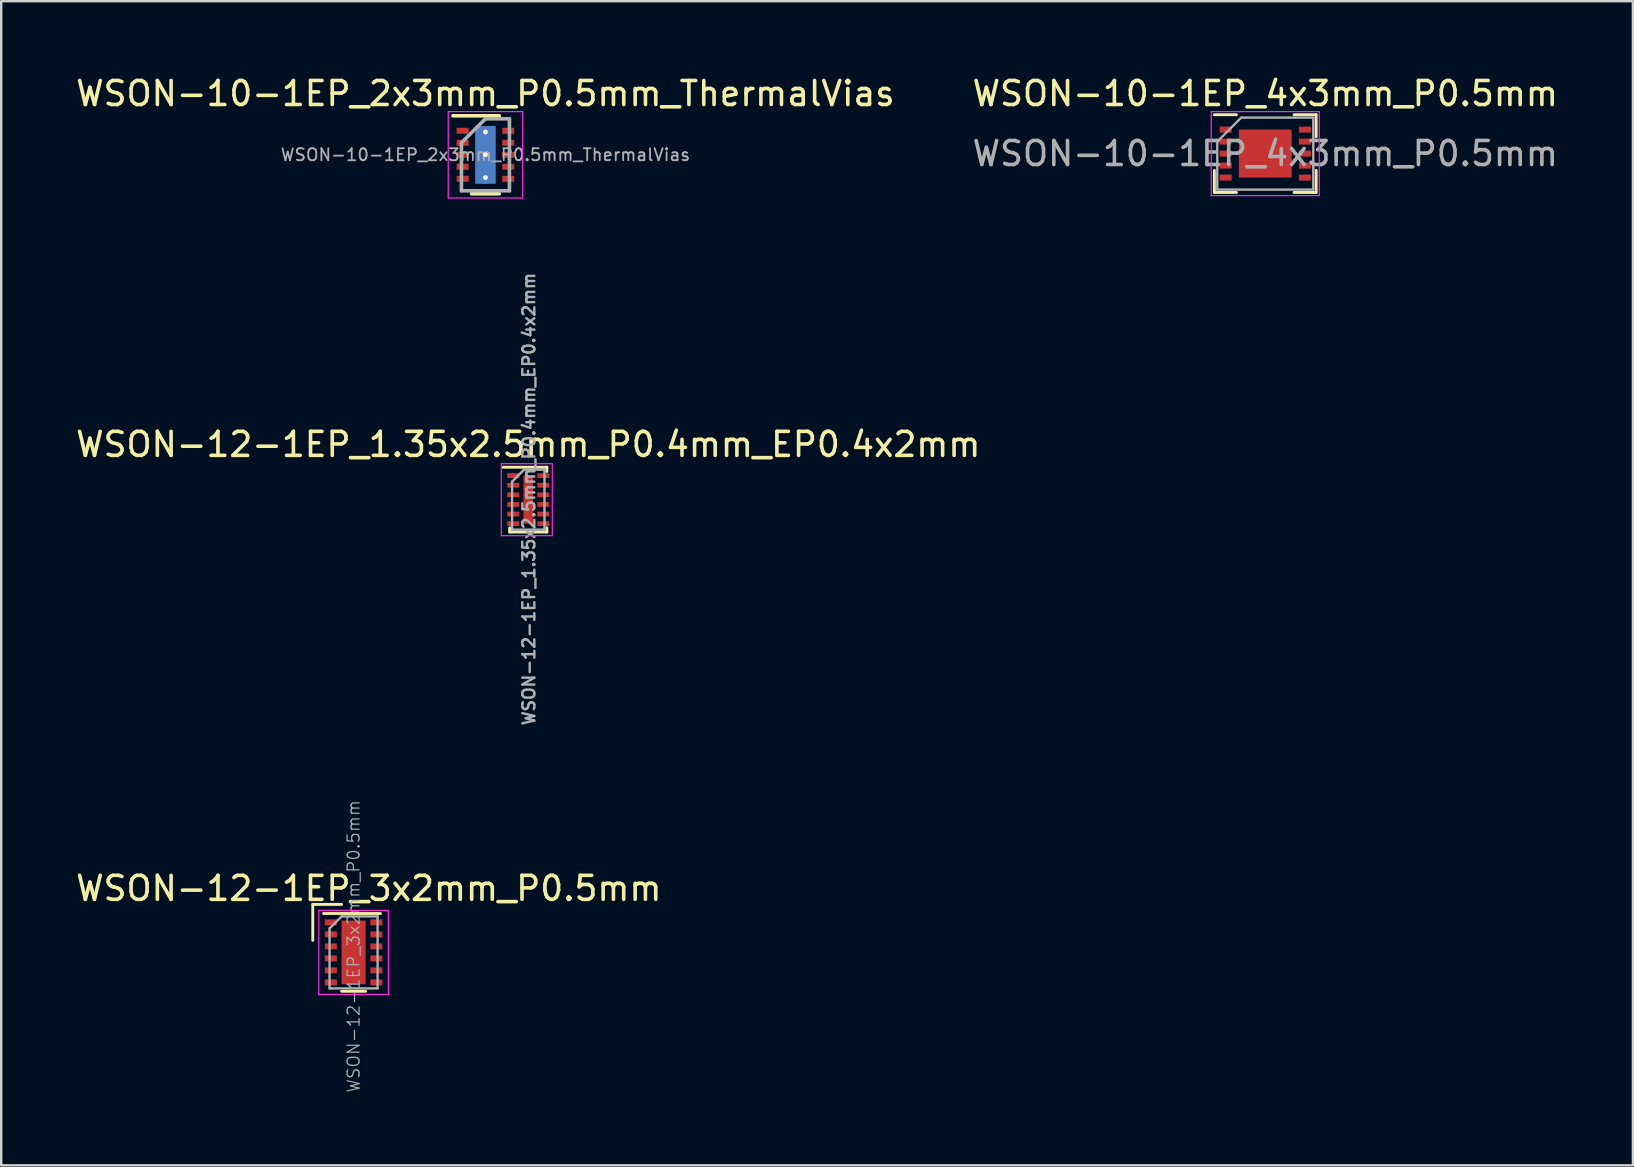
<source format=kicad_pcb>
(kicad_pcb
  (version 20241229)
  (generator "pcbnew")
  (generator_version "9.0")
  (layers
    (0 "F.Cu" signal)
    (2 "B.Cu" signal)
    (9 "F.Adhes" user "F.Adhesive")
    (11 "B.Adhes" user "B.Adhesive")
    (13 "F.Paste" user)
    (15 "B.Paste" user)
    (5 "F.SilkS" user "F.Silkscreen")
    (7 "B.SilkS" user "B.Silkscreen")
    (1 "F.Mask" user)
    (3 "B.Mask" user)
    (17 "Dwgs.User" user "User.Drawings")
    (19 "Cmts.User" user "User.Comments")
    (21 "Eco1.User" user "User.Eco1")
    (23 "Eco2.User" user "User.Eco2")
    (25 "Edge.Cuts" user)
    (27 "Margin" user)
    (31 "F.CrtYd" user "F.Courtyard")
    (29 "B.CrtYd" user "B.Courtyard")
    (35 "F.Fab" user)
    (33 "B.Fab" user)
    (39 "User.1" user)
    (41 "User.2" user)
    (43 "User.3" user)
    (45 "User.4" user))
  (footprint "WSON-12-1EP_3x2mm_P0.5mm"
    (layer "F.Cu")
    (at 11.68 36.627)
    (property "Reference" "WSON-12-1EP_3x2mm_P0.5mm" (at 0.635 -2.667 0) (layer "F.SilkS") (effects (font (size 1 1) (thickness 0.15))))
    (attr smd)
    (fp_line (start -1.7 -2) (end -0.5 -2) (stroke (width 0.12) (type solid)) (layer "F.SilkS"))
    (fp_line (start -1.7 -0.5) (end -1.7 -2) (stroke (width 0.12) (type solid)) (layer "F.SilkS"))
    (fp_line (start -1.25 -1.62) (end 1.12 -1.62) (stroke (width 0.12) (type solid)) (layer "F.SilkS"))
    (fp_line (start 0.5 1.62) (end -0.5 1.62) (stroke (width 0.12) (type solid)) (layer "F.SilkS"))
    (fp_line (start -1.45 -1.75) (end 1.45 -1.75) (stroke (width 0.05) (type solid)) (layer "F.CrtYd"))
    (fp_line (start -1.45 1.75) (end -1.45 -1.75) (stroke (width 0.05) (type solid)) (layer "F.CrtYd"))
    (fp_line (start 1.45 -1.75) (end 1.45 1.75) (stroke (width 0.05) (type solid)) (layer "F.CrtYd"))
    (fp_line (start 1.45 1.75) (end -1.45 1.75) (stroke (width 0.05) (type solid)) (layer "F.CrtYd"))
    (fp_line (start -1 -1) (end -0.5 -1.5) (stroke (width 0.1) (type solid)) (layer "F.Fab"))
    (fp_line (start -1 1.5) (end -1 -1) (stroke (width 0.1) (type solid)) (layer "F.Fab"))
    (fp_line (start -0.5 -1.5) (end 1 -1.5) (stroke (width 0.1) (type solid)) (layer "F.Fab"))
    (fp_line (start 1 -1.5) (end 1 1.5) (stroke (width 0.1) (type solid)) (layer "F.Fab"))
    (fp_line (start 1 1.5) (end -1 1.5) (stroke (width 0.1) (type solid)) (layer "F.Fab"))
    (fp_text user "${REFERENCE}" (at 0 -0.25 90) (layer "F.Fab") (effects (font (size 0.5 0.5) (thickness 0.05))))
    (pad "1" smd rect (at -0.95 -1.25) (size 0.5 0.25) (layers "F.Cu" "F.Mask" "F.Paste"))
    (pad "2" smd rect (at -0.95 -0.75) (size 0.5 0.25) (layers "F.Cu" "F.Mask" "F.Paste"))
    (pad "3" smd rect (at -0.95 -0.25) (size 0.5 0.25) (layers "F.Cu" "F.Mask" "F.Paste"))
    (pad "4" smd rect (at -0.95 0.25) (size 0.5 0.25) (layers "F.Cu" "F.Mask" "F.Paste"))
    (pad "5" smd rect (at -0.95 0.75) (size 0.5 0.25) (layers "F.Cu" "F.Mask" "F.Paste"))
    (pad "6" smd rect (at -0.95 1.25) (size 0.5 0.25) (layers "F.Cu" "F.Mask" "F.Paste"))
    (pad "7" smd rect (at 0.95 1.25) (size 0.5 0.25) (layers "F.Cu" "F.Mask" "F.Paste"))
    (pad "8" smd rect (at 0.95 0.75) (size 0.5 0.25) (layers "F.Cu" "F.Mask" "F.Paste"))
    (pad "9" smd rect (at 0.95 0.25) (size 0.5 0.25) (layers "F.Cu" "F.Mask" "F.Paste"))
    (pad "10" smd rect (at 0.95 -0.25) (size 0.5 0.25) (layers "F.Cu" "F.Mask" "F.Paste"))
    (pad "11" smd rect (at 0.95 -0.75) (size 0.5 0.25) (layers "F.Cu" "F.Mask" "F.Paste"))
    (pad "12" smd rect (at 0.95 -1.25) (size 0.5 0.25) (layers "F.Cu" "F.Mask" "F.Paste"))
    (pad "13" smd rect (at 0 -0.685) (size 0.95 1.17) (layers "F.Cu" "F.Paste"))
    (pad "13" smd rect (at 0 0) (size 1 2.65) (layers "F.Cu" "F.Mask"))
    (pad "13" smd rect (at 0 0.685) (size 0.95 1.17) (layers "F.Cu" "F.Paste")))
  (footprint "WSON-10-1EP_2x3mm_P0.5mm_ThermalVias"
    (layer "F.Cu")
    (at 17.173 3.398)
    (property "Reference" "WSON-10-1EP_2x3mm_P0.5mm_ThermalVias" (at 0 -2.55 0) (layer "F.SilkS") (effects (font (size 1 1) (thickness 0.15))))
    (attr smd)
    (fp_line (start -1.35 -1.625) (end 0.575 -1.625) (stroke (width 0.15) (type solid)) (layer "F.SilkS"))
    (fp_line (start -0.575 1.625) (end 0.575 1.625) (stroke (width 0.15) (type solid)) (layer "F.SilkS"))
    (fp_line (start -1.55 -1.8) (end -1.55 1.8) (stroke (width 0.05) (type solid)) (layer "F.CrtYd"))
    (fp_line (start -1.55 -1.8) (end 1.55 -1.8) (stroke (width 0.05) (type solid)) (layer "F.CrtYd"))
    (fp_line (start -1.55 1.8) (end 1.55 1.8) (stroke (width 0.05) (type solid)) (layer "F.CrtYd"))
    (fp_line (start 1.55 -1.8) (end 1.55 1.8) (stroke (width 0.05) (type solid)) (layer "F.CrtYd"))
    (fp_line (start -1 -0.5) (end 0 -1.5) (stroke (width 0.15) (type solid)) (layer "F.Fab"))
    (fp_line (start -1 1.5) (end -1 -0.5) (stroke (width 0.15) (type solid)) (layer "F.Fab"))
    (fp_line (start 0 -1.5) (end 1 -1.5) (stroke (width 0.15) (type solid)) (layer "F.Fab"))
    (fp_line (start 1 -1.5) (end 1 1.5) (stroke (width 0.15) (type solid)) (layer "F.Fab"))
    (fp_line (start 1 1.5) (end -1 1.5) (stroke (width 0.15) (type solid)) (layer "F.Fab"))
    (fp_text user "${REFERENCE}" (at 0 0 0) (layer "F.Fab") (effects (font (size 0.5 0.5) (thickness 0.075))))
    (pad "1" smd rect (at -0.95 -1) (size 0.5 0.25) (layers "F.Cu" "F.Mask" "F.Paste"))
    (pad "2" smd rect (at -0.95 -0.5) (size 0.5 0.25) (layers "F.Cu" "F.Mask" "F.Paste"))
    (pad "3" smd rect (at -0.95 0) (size 0.5 0.25) (layers "F.Cu" "F.Mask" "F.Paste"))
    (pad "4" smd rect (at -0.95 0.5) (size 0.5 0.25) (layers "F.Cu" "F.Mask" "F.Paste"))
    (pad "5" smd rect (at -0.95 1) (size 0.5 0.25) (layers "F.Cu" "F.Mask" "F.Paste"))
    (pad "6" smd rect (at 0.95 1) (size 0.5 0.25) (layers "F.Cu" "F.Mask" "F.Paste"))
    (pad "7" smd rect (at 0.95 0.5) (size 0.5 0.25) (layers "F.Cu" "F.Mask" "F.Paste"))
    (pad "8" smd rect (at 0.95 0) (size 0.5 0.25) (layers "F.Cu" "F.Mask" "F.Paste"))
    (pad "9" smd rect (at 0.95 -0.5) (size 0.5 0.25) (layers "F.Cu" "F.Mask" "F.Paste"))
    (pad "10" smd rect (at 0.95 -1) (size 0.5 0.25) (layers "F.Cu" "F.Mask" "F.Paste"))
    (pad "11" thru_hole circle (at 0 -0.95) (size 0.5 0.5) (drill 0.2) (layers "*.Cu"))
    (pad "11" smd rect (at 0 -0.6) (size 0.84 1.2) (layers "F.Cu" "F.Mask" "F.Paste"))
    (pad "11" thru_hole circle (at 0 0) (size 0.5 0.5) (drill 0.2) (layers "*.Cu"))
    (pad "11" smd rect (at 0 0) (size 0.84 2.4) (layers "B.Cu"))
    (pad "11" smd rect (at 0 0.6) (size 0.84 1.2) (layers "F.Cu" "F.Mask" "F.Paste"))
    (pad "11" thru_hole circle (at 0 0.95) (size 0.5 0.5) (drill 0.2) (layers "*.Cu")))
  (footprint "WSON-10-1EP_4x3mm_P0.5mm"
    (layer "F.Cu")
    (at 49.661 3.348)
    (property "Reference" "WSON-10-1EP_4x3mm_P0.5mm" (at 0 -2.5 0) (layer "F.SilkS") (effects (font (size 1 1) (thickness 0.15))))
    (attr smd)
    (fp_line (start -2.12 -1.62) (end -1.2 -1.62) (stroke (width 0.12) (type solid)) (layer "F.SilkS"))
    (fp_line (start -2.12 1.62) (end -2.12 0.7) (stroke (width 0.12) (type solid)) (layer "F.SilkS"))
    (fp_line (start -2.12 1.62) (end -1.2 1.62) (stroke (width 0.12) (type solid)) (layer "F.SilkS"))
    (fp_line (start 1.2 -1.62) (end 2.12 -1.62) (stroke (width 0.12) (type solid)) (layer "F.SilkS"))
    (fp_line (start 1.2 1.62) (end 2.12 1.62) (stroke (width 0.12) (type solid)) (layer "F.SilkS"))
    (fp_line (start 2.12 -0.7) (end 2.12 -1.62) (stroke (width 0.12) (type solid)) (layer "F.SilkS"))
    (fp_line (start 2.12 0.7) (end 2.12 1.62) (stroke (width 0.12) (type solid)) (layer "F.SilkS"))
    (fp_line (start -2.25 -1.75) (end -2.25 1.75) (stroke (width 0.05) (type solid)) (layer "F.CrtYd"))
    (fp_line (start -2.25 -1.75) (end 2.25 -1.75) (stroke (width 0.05) (type solid)) (layer "F.CrtYd"))
    (fp_line (start -2.25 1.75) (end 2.25 1.75) (stroke (width 0.05) (type solid)) (layer "F.CrtYd"))
    (fp_line (start 2.25 -1.75) (end 2.25 1.75) (stroke (width 0.05) (type solid)) (layer "F.CrtYd"))
    (fp_line (start -2 1.5) (end -2 -0.5) (stroke (width 0.1) (type solid)) (layer "F.Fab"))
    (fp_line (start -1 -1.5) (end -2 -0.5) (stroke (width 0.1) (type solid)) (layer "F.Fab"))
    (fp_line (start -1 -1.5) (end 2 -1.5) (stroke (width 0.1) (type solid)) (layer "F.Fab"))
    (fp_line (start 2 -1.5) (end 2 1.5) (stroke (width 0.1) (type solid)) (layer "F.Fab"))
    (fp_line (start 2 1.5) (end -2 1.5) (stroke (width 0.1) (type solid)) (layer "F.Fab"))
    (fp_text user "${REFERENCE}" (at 0 0 0) (layer "F.Fab") (effects (font (size 1 1) (thickness 0.15))))
    (pad "" smd rect (at -0.55 -0.5) (size 0.88 0.8) (layers "F.Paste"))
    (pad "" smd rect (at -0.55 0.5) (size 0.88 0.8) (layers "F.Paste"))
    (pad "" smd rect (at 0.55 -0.5) (size 0.88 0.8) (layers "F.Paste"))
    (pad "" smd rect (at 0.55 0.5) (size 0.88 0.8) (layers "F.Paste"))
    (pad "1" smd rect (at -1.65 -1) (size 0.5 0.25) (layers "F.Cu" "F.Mask" "F.Paste"))
    (pad "2" smd rect (at -1.65 -0.5) (size 0.5 0.25) (layers "F.Cu" "F.Mask" "F.Paste"))
    (pad "3" smd rect (at -1.65 0) (size 0.5 0.25) (layers "F.Cu" "F.Mask" "F.Paste"))
    (pad "4" smd rect (at -1.65 0.5) (size 0.5 0.25) (layers "F.Cu" "F.Mask" "F.Paste"))
    (pad "5" smd rect (at -1.65 1) (size 0.5 0.25) (layers "F.Cu" "F.Mask" "F.Paste"))
    (pad "6" smd rect (at 1.65 1) (size 0.5 0.25) (layers "F.Cu" "F.Mask" "F.Paste"))
    (pad "7" smd rect (at 1.65 0.5) (size 0.5 0.25) (layers "F.Cu" "F.Mask" "F.Paste"))
    (pad "8" smd rect (at 1.65 0) (size 0.5 0.25) (layers "F.Cu" "F.Mask" "F.Paste"))
    (pad "9" smd rect (at 1.65 -0.5) (size 0.5 0.25) (layers "F.Cu" "F.Mask" "F.Paste"))
    (pad "10" smd rect (at 1.65 -1) (size 0.5 0.25) (layers "F.Cu" "F.Mask" "F.Paste"))
    (pad "11" smd rect (at 0 0) (size 2.2 2) (layers "F.Cu" "F.Mask")))
  (footprint "WSON-12-1EP_1.35x2.5mm_P0.4mm_EP0.4x2mm"
    (layer "F.Cu")
    (at 18.958 17.765)
    (property "Reference" "WSON-12-1EP_1.35x2.5mm_P0.4mm_EP0.4x2mm" (at 0 -2.3 0) (layer "F.SilkS") (effects (font (size 1 1) (thickness 0.15))))
    (attr smd)
    (fp_line (start -0.775 1.35) (end -0.775 1.175) (stroke (width 0.12) (type solid)) (layer "F.SilkS"))
    (fp_line (start 0.775 -1.35) (end -1.05 -1.35) (stroke (width 0.12) (type solid)) (layer "F.SilkS"))
    (fp_line (start 0.775 -1.35) (end 0.775 -1.175) (stroke (width 0.12) (type solid)) (layer "F.SilkS"))
    (fp_line (start 0.775 1.35) (end -0.775 1.35) (stroke (width 0.12) (type solid)) (layer "F.SilkS"))
    (fp_line (start 0.775 1.35) (end 0.775 1.175) (stroke (width 0.12) (type solid)) (layer "F.SilkS"))
    (fp_line (start -1.125 -1.5) (end -1.125 1.5) (stroke (width 0.05) (type solid)) (layer "F.CrtYd"))
    (fp_line (start -1.125 -1.5) (end 1 -1.5) (stroke (width 0.05) (type solid)) (layer "F.CrtYd"))
    (fp_line (start -1.125 1.5) (end 1 1.5) (stroke (width 0.05) (type solid)) (layer "F.CrtYd"))
    (fp_line (start 1 -1.5) (end 1 1.5) (stroke (width 0.05) (type solid)) (layer "F.CrtYd"))
    (fp_line (start -0.675 -0.75) (end -0.675 1.25) (stroke (width 0.1) (type solid)) (layer "F.Fab"))
    (fp_line (start -0.675 1.25) (end 0.675 1.25) (stroke (width 0.1) (type solid)) (layer "F.Fab"))
    (fp_line (start -0.175 -1.25) (end -0.675 -0.75) (stroke (width 0.1) (type solid)) (layer "F.Fab"))
    (fp_line (start -0.175 -1.25) (end 0.675 -1.25) (stroke (width 0.1) (type solid)) (layer "F.Fab"))
    (fp_line (start 0.675 -1.25) (end 0.675 1.25) (stroke (width 0.1) (type solid)) (layer "F.Fab"))
    (fp_text user "${REFERENCE}" (at 0.025 -0.025 90) (layer "F.Fab") (effects (font (size 0.5 0.5) (thickness 0.1))))
    (pad "1" smd rect (at -0.625 -1 90) (size 0.2 0.5) (layers "F.Cu" "F.Mask" "F.Paste"))
    (pad "2" smd rect (at -0.625 -0.6 90) (size 0.2 0.5) (layers "F.Cu" "F.Mask" "F.Paste"))
    (pad "3" smd rect (at -0.625 -0.2 90) (size 0.2 0.5) (layers "F.Cu" "F.Mask" "F.Paste"))
    (pad "4" smd rect (at -0.625 0.2 90) (size 0.2 0.5) (layers "F.Cu" "F.Mask" "F.Paste"))
    (pad "5" smd rect (at -0.625 0.6 90) (size 0.2 0.5) (layers "F.Cu" "F.Mask" "F.Paste"))
    (pad "6" smd rect (at -0.625 1 90) (size 0.2 0.5) (layers "F.Cu" "F.Mask" "F.Paste"))
    (pad "7" smd rect (at 0.625 1 90) (size 0.2 0.5) (layers "F.Cu" "F.Mask" "F.Paste"))
    (pad "8" smd rect (at 0.625 0.6 90) (size 0.2 0.5) (layers "F.Cu" "F.Mask" "F.Paste"))
    (pad "9" smd rect (at 0.625 0.2 90) (size 0.2 0.5) (layers "F.Cu" "F.Mask" "F.Paste"))
    (pad "10" smd rect (at 0.625 -0.2 90) (size 0.2 0.5) (layers "F.Cu" "F.Mask" "F.Paste"))
    (pad "11" smd rect (at 0.625 -0.6 90) (size 0.2 0.5) (layers "F.Cu" "F.Mask" "F.Paste"))
    (pad "12" smd rect (at 0.625 -1 90) (size 0.2 0.5) (layers "F.Cu" "F.Mask" "F.Paste"))
    (pad "13" smd rect (at 0 0) (size 0.4 2) (layers "F.Cu" "F.Mask" "F.Paste")))
  (gr_rect
    (start -3 -3)
    (end 64.976 45.497)
    (stroke (width 0.1) (type default))
    (fill no)
    (layer "Edge.Cuts")))
</source>
